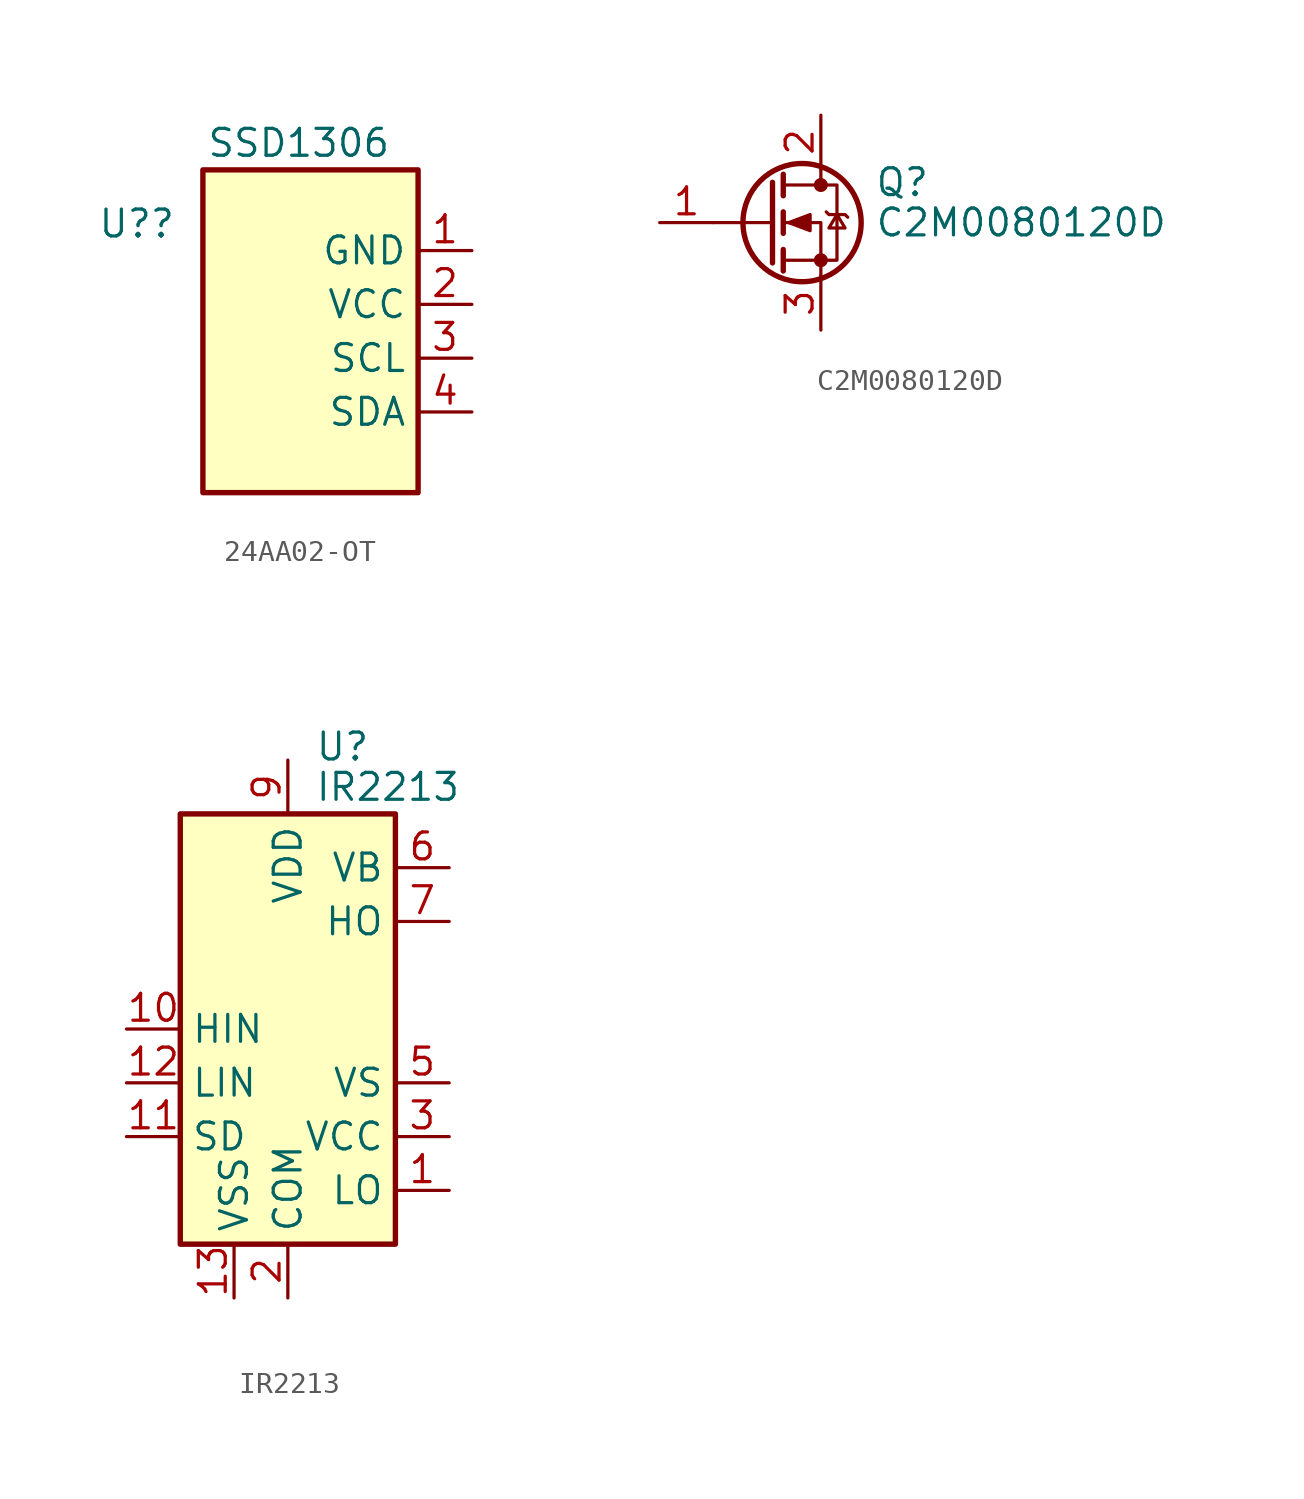
<source format=kicad_sym>
(kicad_symbol_lib
  (version 20220914)
  (generator kicad_symbol_editor)
  (symbol "24AA02-OT"
    (property "Reference" "U?"
      (at -6.35 5.08 0)
      (effects (font (size 1.27 1.27)) (justify right)))
    (property "Value" "SSD1306"
      (at 3.81 8.89 0)
      (effects (font (size 1.27 1.27)) (justify right)))
    (symbol "24AA02-OT_1_1"
      (rectangle (start -5.08 -7.62) (end 5.08 7.62) (stroke (width 0.254) (type default)) (fill (type background)))
      (pin power_in line (at 7.62 3.81 180) (length 2.54) (name "GND" (effects (font (size 1.27 1.27)))) (number "1" (effects (font (size 1.27 1.27)))))
      (pin power_in line (at 7.62 1.27 180) (length 2.54) (name "VCC" (effects (font (size 1.27 1.27)))) (number "2" (effects (font (size 1.27 1.27)))))
      (pin input line (at 7.62 -1.27 180) (length 2.54) (name "SCL" (effects (font (size 1.27 1.27)))) (number "3" (effects (font (size 1.27 1.27)))))
      (pin bidirectional line (at 7.62 -3.81 180) (length 2.54) (name "SDA" (effects (font (size 1.27 1.27)))) (number "4" (effects (font (size 1.27 1.27)))))
      (pin no_connect line (at 7.62 -2.54 180) (length 2.54) hide (name "NC" (effects (font (size 1.27 1.27)))) (number "5" (effects (font (size 1.27 1.27)))))))
  (symbol "C2M0080120D"
    (pin_names hide)
    (property "Reference" "Q"
      (at 5.08 1.905 0)
      (effects (font (size 1.27 1.27)) (justify left)))
    (property "Value" "C2M0080120D"
      (at 5.08 0 0)
      (effects (font (size 1.27 1.27)) (justify left)))
    (symbol "C2M0080120D_0_1"
      (polyline (pts (xy 0.254 0) (xy -2.54 0)) (stroke (width 0) (type default)) (fill (type none)))
      (polyline (pts (xy 0.254 1.905) (xy 0.254 -1.905)) (stroke (width 0.254) (type default)) (fill (type none)))
      (polyline (pts (xy 0.762 -1.27) (xy 0.762 -2.286)) (stroke (width 0.254) (type default)) (fill (type none)))
      (polyline (pts (xy 0.762 0.508) (xy 0.762 -0.508)) (stroke (width 0.254) (type default)) (fill (type none)))
      (polyline (pts (xy 0.762 2.286) (xy 0.762 1.27)) (stroke (width 0.254) (type default)) (fill (type none)))
      (polyline (pts (xy 2.54 2.54) (xy 2.54 1.778)) (stroke (width 0) (type default)) (fill (type none)))
      (polyline (pts (xy 2.54 -2.54) (xy 2.54 0) (xy 0.762 0)) (stroke (width 0) (type default)) (fill (type none)))
      (polyline (pts (xy 0.762 -1.778) (xy 3.302 -1.778) (xy 3.302 1.778) (xy 0.762 1.778)) (stroke (width 0) (type default)) (fill (type none)))
      (polyline (pts (xy 1.016 0) (xy 2.032 0.381) (xy 2.032 -0.381) (xy 1.016 0)) (stroke (width 0) (type default)) (fill (type outline)))
      (polyline (pts (xy 2.794 0.508) (xy 2.921 0.381) (xy 3.683 0.381) (xy 3.81 0.254)) (stroke (width 0) (type default)) (fill (type none)))
      (polyline (pts (xy 3.302 0.381) (xy 2.921 -0.254) (xy 3.683 -0.254) (xy 3.302 0.381)) (stroke (width 0) (type default)) (fill (type none)))
      (circle (center 1.651 0) (radius 2.794) (stroke (width 0.254) (type default)) (fill (type none)))
      (circle (center 2.54 -1.778) (radius 0.254) (stroke (width 0) (type default)) (fill (type outline)))
      (circle (center 2.54 1.778) (radius 0.254) (stroke (width 0) (type default)) (fill (type outline))))
    (symbol "C2M0080120D_1_1"
      (pin input line (at -5.08 0 0) (length 2.54) (name "G" (effects (font (size 1.27 1.27)))) (number "1" (effects (font (size 1.27 1.27)))))
      (pin passive line (at 2.54 5.08 270) (length 2.54) (name "D" (effects (font (size 1.27 1.27)))) (number "2" (effects (font (size 1.27 1.27)))))
      (pin passive line (at 2.54 -5.08 90) (length 2.54) (name "S" (effects (font (size 1.27 1.27)))) (number "3" (effects (font (size 1.27 1.27)))))))
  (symbol "IR2213"
    (property "Reference" "U"
      (at 1.27 13.335 0)
      (effects (font (size 1.27 1.27)) (justify left)))
    (property "Value" "IR2213"
      (at 1.27 11.43 0)
      (effects (font (size 1.27 1.27)) (justify left)))
    (symbol "IR2213_0_1"
      (rectangle (start -5.08 -10.16) (end 5.08 10.16) (stroke (width 0.254) (type default)) (fill (type background))))
    (symbol "IR2213_1_1"
      (pin output line (at 7.62 -7.62 180) (length 2.54) (name "LO" (effects (font (size 1.27 1.27)))) (number "1" (effects (font (size 1.27 1.27)))))
      (pin input line (at -7.62 0 0) (length 2.54) (name "HIN" (effects (font (size 1.27 1.27)))) (number "10" (effects (font (size 1.27 1.27)))))
      (pin input line (at -7.62 -5.08 0) (length 2.54) (name "SD" (effects (font (size 1.27 1.27)))) (number "11" (effects (font (size 1.27 1.27)))))
      (pin input line (at -7.62 -2.54 0) (length 2.54) (name "LIN" (effects (font (size 1.27 1.27)))) (number "12" (effects (font (size 1.27 1.27)))))
      (pin power_in line (at -2.54 -12.7 90) (length 2.54) (name "VSS" (effects (font (size 1.27 1.27)))) (number "13" (effects (font (size 1.27 1.27)))))
      (pin no_connect line (at -5.08 2.54 0) (length 2.54) hide (name "NC" (effects (font (size 1.27 1.27)))) (number "14" (effects (font (size 1.27 1.27)))))
      (pin power_in line (at 0 -12.7 90) (length 2.54) (name "COM" (effects (font (size 1.27 1.27)))) (number "2" (effects (font (size 1.27 1.27)))))
      (pin power_in line (at 7.62 -5.08 180) (length 2.54) (name "VCC" (effects (font (size 1.27 1.27)))) (number "3" (effects (font (size 1.27 1.27)))))
      (pin no_connect line (at -5.08 7.62 0) (length 2.54) hide (name "NC" (effects (font (size 1.27 1.27)))) (number "4" (effects (font (size 1.27 1.27)))))
      (pin passive line (at 7.62 -2.54 180) (length 2.54) (name "VS" (effects (font (size 1.27 1.27)))) (number "5" (effects (font (size 1.27 1.27)))))
      (pin passive line (at 7.62 7.62 180) (length 2.54) (name "VB" (effects (font (size 1.27 1.27)))) (number "6" (effects (font (size 1.27 1.27)))))
      (pin output line (at 7.62 5.08 180) (length 2.54) (name "HO" (effects (font (size 1.27 1.27)))) (number "7" (effects (font (size 1.27 1.27)))))
      (pin no_connect line (at -5.08 5.08 0) (length 2.54) hide (name "NC" (effects (font (size 1.27 1.27)))) (number "8" (effects (font (size 1.27 1.27)))))
      (pin power_in line (at 0 12.7 270) (length 2.54) (name "VDD" (effects (font (size 1.27 1.27)))) (number "9" (effects (font (size 1.27 1.27))))))))
</source>
